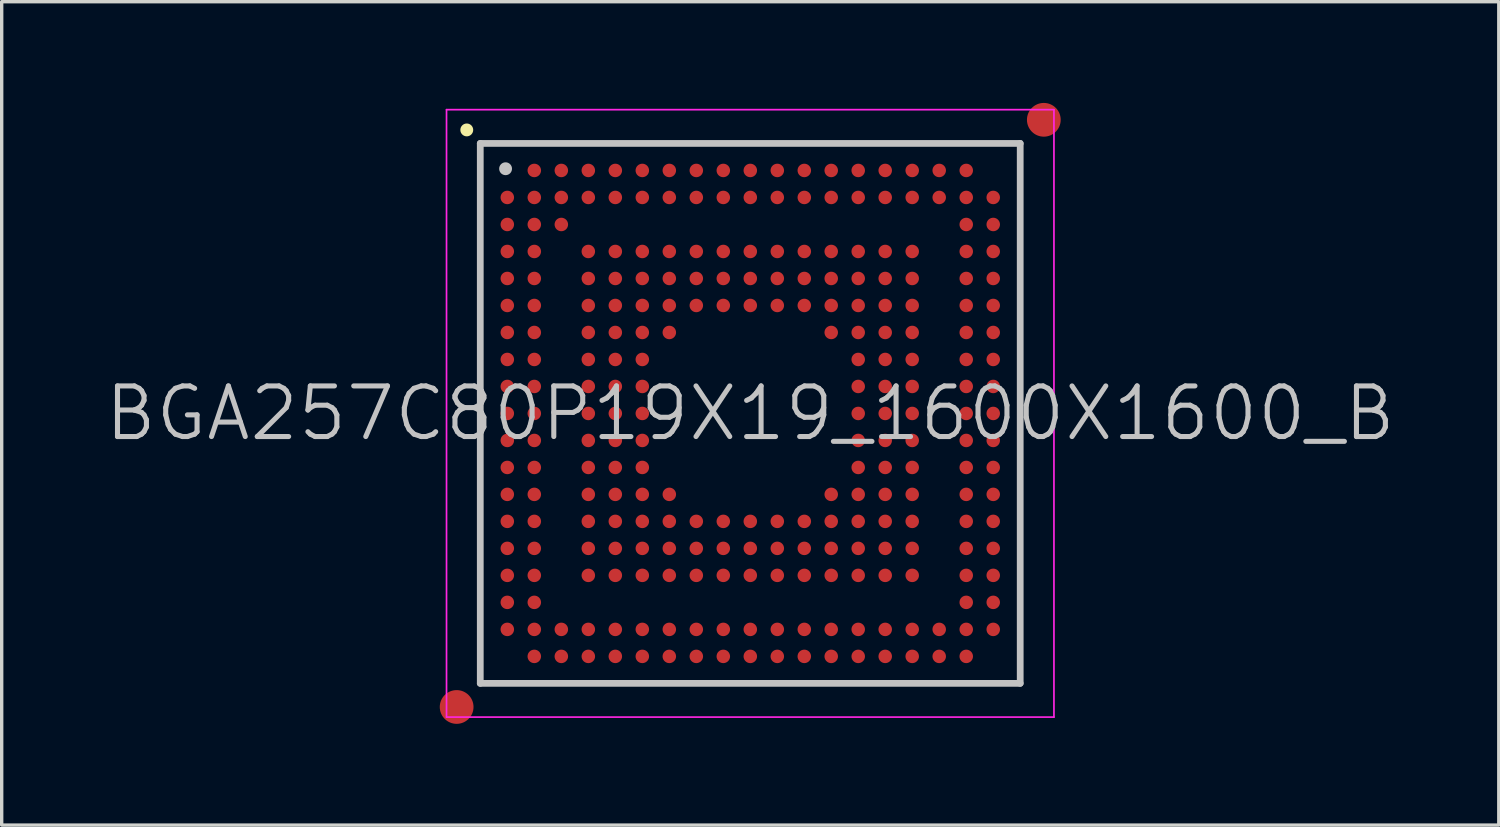
<source format=kicad_pcb>
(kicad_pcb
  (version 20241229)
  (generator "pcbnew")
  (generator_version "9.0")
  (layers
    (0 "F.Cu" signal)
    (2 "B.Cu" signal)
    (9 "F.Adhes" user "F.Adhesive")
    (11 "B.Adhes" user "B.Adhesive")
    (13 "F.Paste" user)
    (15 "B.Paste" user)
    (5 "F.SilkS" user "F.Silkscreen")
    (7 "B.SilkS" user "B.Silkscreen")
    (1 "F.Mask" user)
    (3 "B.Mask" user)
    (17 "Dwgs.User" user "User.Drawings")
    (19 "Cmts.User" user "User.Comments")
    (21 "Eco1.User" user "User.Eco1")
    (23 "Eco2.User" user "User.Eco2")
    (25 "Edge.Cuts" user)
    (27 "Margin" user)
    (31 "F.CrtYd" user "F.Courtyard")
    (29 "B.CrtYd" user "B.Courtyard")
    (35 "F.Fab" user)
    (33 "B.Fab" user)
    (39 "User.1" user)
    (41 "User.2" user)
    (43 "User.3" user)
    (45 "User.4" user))
  (footprint "BGA257C80P19X19_1600X1600_B"
    (layer "F.Cu")
    (at 19.182 9.2)
    (property "Reference" "BGA257C80P19X19_1600X1600_B" (at 0 0 0) (layer "Dwgs.User") (effects (font (size 1.5 1.5) (thickness 0.15))))
    (attr smd)
    (fp_line (start -8.4 -8.4) (end -8.4 -8.4) (stroke (width 0.381) (type solid)) (layer "F.SilkS"))
    (fp_line (start -8 -8) (end -8 8) (stroke (width 0.2) (type solid)) (layer "Dwgs.User"))
    (fp_line (start -8 -8) (end 8 -8) (stroke (width 0.2) (type solid)) (layer "Dwgs.User"))
    (fp_line (start -8 8) (end 8 8) (stroke (width 0.2) (type solid)) (layer "Dwgs.User"))
    (fp_line (start -7.25 -7.25) (end -7.25 -7.25) (stroke (width 0.381) (type solid)) (layer "Dwgs.User"))
    (fp_line (start 8 -8) (end 8 8) (stroke (width 0.2) (type solid)) (layer "Dwgs.User"))
    (fp_line (start -9 -9) (end -9 9) (stroke (width 0.05) (type solid)) (layer "F.CrtYd"))
    (fp_line (start -9 -9) (end 9 -9) (stroke (width 0.05) (type solid)) (layer "F.CrtYd"))
    (fp_line (start -9 9) (end 9 9) (stroke (width 0.05) (type solid)) (layer "F.CrtYd"))
    (fp_line (start 9 -9) (end 9 9) (stroke (width 0.05) (type solid)) (layer "F.CrtYd"))
    (pad "" smd circle (at -8.7 8.7) (size 1 1) (layers "F.Cu" "F.Mask"))
    (pad "" smd circle (at 8.7 -8.7) (size 1 1) (layers "F.Cu" "F.Mask"))
    (pad "A2" smd circle (at -6.399 -7.199) (size 0.4 0.4) (layers "F.Cu" "F.Mask" "F.Paste"))
    (pad "A3" smd circle (at -5.598 -7.199) (size 0.4 0.4) (layers "F.Cu" "F.Mask" "F.Paste"))
    (pad "A4" smd circle (at -4.798 -7.199) (size 0.4 0.4) (layers "F.Cu" "F.Mask" "F.Paste"))
    (pad "A5" smd circle (at -3.998 -7.199) (size 0.4 0.4) (layers "F.Cu" "F.Mask" "F.Paste"))
    (pad "A6" smd circle (at -3.198 -7.199) (size 0.4 0.4) (layers "F.Cu" "F.Mask" "F.Paste"))
    (pad "A7" smd circle (at -2.398 -7.199) (size 0.4 0.4) (layers "F.Cu" "F.Mask" "F.Paste"))
    (pad "A8" smd circle (at -1.598 -7.199) (size 0.4 0.4) (layers "F.Cu" "F.Mask" "F.Paste"))
    (pad "A9" smd circle (at -0.798 -7.199) (size 0.4 0.4) (layers "F.Cu" "F.Mask" "F.Paste"))
    (pad "A10" smd circle (at 0.002 -7.199) (size 0.4 0.4) (layers "F.Cu" "F.Mask" "F.Paste"))
    (pad "A11" smd circle (at 0.802 -7.199) (size 0.4 0.4) (layers "F.Cu" "F.Mask" "F.Paste"))
    (pad "A12" smd circle (at 1.602 -7.199) (size 0.4 0.4) (layers "F.Cu" "F.Mask" "F.Paste"))
    (pad "A13" smd circle (at 2.4 -7.199) (size 0.4 0.4) (layers "F.Cu" "F.Mask" "F.Paste"))
    (pad "A14" smd circle (at 3.2 -7.199) (size 0.4 0.4) (layers "F.Cu" "F.Mask" "F.Paste"))
    (pad "A15" smd circle (at 4 -7.199) (size 0.4 0.4) (layers "F.Cu" "F.Mask" "F.Paste"))
    (pad "A16" smd circle (at 4.8 -7.199) (size 0.4 0.4) (layers "F.Cu" "F.Mask" "F.Paste"))
    (pad "A17" smd circle (at 5.6 -7.199) (size 0.4 0.4) (layers "F.Cu" "F.Mask" "F.Paste"))
    (pad "A18" smd circle (at 6.401 -7.199) (size 0.4 0.4) (layers "F.Cu" "F.Mask" "F.Paste"))
    (pad "B1" smd circle (at -7.199 -6.399) (size 0.4 0.4) (layers "F.Cu" "F.Mask" "F.Paste"))
    (pad "B2" smd circle (at -6.399 -6.399) (size 0.4 0.4) (layers "F.Cu" "F.Mask" "F.Paste"))
    (pad "B3" smd circle (at -5.598 -6.399) (size 0.4 0.4) (layers "F.Cu" "F.Mask" "F.Paste"))
    (pad "B4" smd circle (at -4.798 -6.399) (size 0.4 0.4) (layers "F.Cu" "F.Mask" "F.Paste"))
    (pad "B5" smd circle (at -3.998 -6.399) (size 0.4 0.4) (layers "F.Cu" "F.Mask" "F.Paste"))
    (pad "B6" smd circle (at -3.198 -6.399) (size 0.4 0.4) (layers "F.Cu" "F.Mask" "F.Paste"))
    (pad "B7" smd circle (at -2.398 -6.399) (size 0.4 0.4) (layers "F.Cu" "F.Mask" "F.Paste"))
    (pad "B8" smd circle (at -1.598 -6.399) (size 0.4 0.4) (layers "F.Cu" "F.Mask" "F.Paste"))
    (pad "B9" smd circle (at -0.798 -6.399) (size 0.4 0.4) (layers "F.Cu" "F.Mask" "F.Paste"))
    (pad "B10" smd circle (at 0.002 -6.399) (size 0.4 0.4) (layers "F.Cu" "F.Mask" "F.Paste"))
    (pad "B11" smd circle (at 0.802 -6.399) (size 0.4 0.4) (layers "F.Cu" "F.Mask" "F.Paste"))
    (pad "B12" smd circle (at 1.602 -6.399) (size 0.4 0.4) (layers "F.Cu" "F.Mask" "F.Paste"))
    (pad "B13" smd circle (at 2.4 -6.399) (size 0.4 0.4) (layers "F.Cu" "F.Mask" "F.Paste"))
    (pad "B14" smd circle (at 3.2 -6.399) (size 0.4 0.4) (layers "F.Cu" "F.Mask" "F.Paste"))
    (pad "B15" smd circle (at 4 -6.399) (size 0.4 0.4) (layers "F.Cu" "F.Mask" "F.Paste"))
    (pad "B16" smd circle (at 4.8 -6.399) (size 0.4 0.4) (layers "F.Cu" "F.Mask" "F.Paste"))
    (pad "B17" smd circle (at 5.6 -6.399) (size 0.4 0.4) (layers "F.Cu" "F.Mask" "F.Paste"))
    (pad "B18" smd circle (at 6.401 -6.399) (size 0.4 0.4) (layers "F.Cu" "F.Mask" "F.Paste"))
    (pad "B19" smd circle (at 7.201 -6.399) (size 0.4 0.4) (layers "F.Cu" "F.Mask" "F.Paste"))
    (pad "C1" smd circle (at -7.199 -5.598) (size 0.4 0.4) (layers "F.Cu" "F.Mask" "F.Paste"))
    (pad "C2" smd circle (at -6.399 -5.598) (size 0.4 0.4) (layers "F.Cu" "F.Mask" "F.Paste"))
    (pad "C3" smd circle (at -5.598 -5.598) (size 0.4 0.4) (layers "F.Cu" "F.Mask" "F.Paste"))
    (pad "C18" smd circle (at 6.401 -5.598) (size 0.4 0.4) (layers "F.Cu" "F.Mask" "F.Paste"))
    (pad "C19" smd circle (at 7.201 -5.598) (size 0.4 0.4) (layers "F.Cu" "F.Mask" "F.Paste"))
    (pad "D1" smd circle (at -7.199 -4.798) (size 0.4 0.4) (layers "F.Cu" "F.Mask" "F.Paste"))
    (pad "D2" smd circle (at -6.399 -4.798) (size 0.4 0.4) (layers "F.Cu" "F.Mask" "F.Paste"))
    (pad "D4" smd circle (at -4.798 -4.798) (size 0.4 0.4) (layers "F.Cu" "F.Mask" "F.Paste"))
    (pad "D5" smd circle (at -3.998 -4.798) (size 0.4 0.4) (layers "F.Cu" "F.Mask" "F.Paste"))
    (pad "D6" smd circle (at -3.198 -4.798) (size 0.4 0.4) (layers "F.Cu" "F.Mask" "F.Paste"))
    (pad "D7" smd circle (at -2.398 -4.798) (size 0.4 0.4) (layers "F.Cu" "F.Mask" "F.Paste"))
    (pad "D8" smd circle (at -1.598 -4.798) (size 0.4 0.4) (layers "F.Cu" "F.Mask" "F.Paste"))
    (pad "D9" smd circle (at -0.798 -4.798) (size 0.4 0.4) (layers "F.Cu" "F.Mask" "F.Paste"))
    (pad "D10" smd circle (at 0.002 -4.798) (size 0.4 0.4) (layers "F.Cu" "F.Mask" "F.Paste"))
    (pad "D11" smd circle (at 0.802 -4.798) (size 0.4 0.4) (layers "F.Cu" "F.Mask" "F.Paste"))
    (pad "D12" smd circle (at 1.602 -4.798) (size 0.4 0.4) (layers "F.Cu" "F.Mask" "F.Paste"))
    (pad "D13" smd circle (at 2.4 -4.798) (size 0.4 0.4) (layers "F.Cu" "F.Mask" "F.Paste"))
    (pad "D14" smd circle (at 3.2 -4.798) (size 0.4 0.4) (layers "F.Cu" "F.Mask" "F.Paste"))
    (pad "D15" smd circle (at 4 -4.798) (size 0.4 0.4) (layers "F.Cu" "F.Mask" "F.Paste"))
    (pad "D16" smd circle (at 4.8 -4.798) (size 0.4 0.4) (layers "F.Cu" "F.Mask" "F.Paste"))
    (pad "D18" smd circle (at 6.401 -4.798) (size 0.4 0.4) (layers "F.Cu" "F.Mask" "F.Paste"))
    (pad "D19" smd circle (at 7.201 -4.798) (size 0.4 0.4) (layers "F.Cu" "F.Mask" "F.Paste"))
    (pad "E1" smd circle (at -7.199 -3.998) (size 0.4 0.4) (layers "F.Cu" "F.Mask" "F.Paste"))
    (pad "E2" smd circle (at -6.399 -3.998) (size 0.4 0.4) (layers "F.Cu" "F.Mask" "F.Paste"))
    (pad "E4" smd circle (at -4.798 -3.998) (size 0.4 0.4) (layers "F.Cu" "F.Mask" "F.Paste"))
    (pad "E5" smd circle (at -3.998 -3.998) (size 0.4 0.4) (layers "F.Cu" "F.Mask" "F.Paste"))
    (pad "E6" smd circle (at -3.198 -3.998) (size 0.4 0.4) (layers "F.Cu" "F.Mask" "F.Paste"))
    (pad "E7" smd circle (at -2.398 -3.998) (size 0.4 0.4) (layers "F.Cu" "F.Mask" "F.Paste"))
    (pad "E8" smd circle (at -1.598 -3.998) (size 0.4 0.4) (layers "F.Cu" "F.Mask" "F.Paste"))
    (pad "E9" smd circle (at -0.798 -3.998) (size 0.4 0.4) (layers "F.Cu" "F.Mask" "F.Paste"))
    (pad "E10" smd circle (at 0.002 -3.998) (size 0.4 0.4) (layers "F.Cu" "F.Mask" "F.Paste"))
    (pad "E11" smd circle (at 0.802 -3.998) (size 0.4 0.4) (layers "F.Cu" "F.Mask" "F.Paste"))
    (pad "E12" smd circle (at 1.602 -3.998) (size 0.4 0.4) (layers "F.Cu" "F.Mask" "F.Paste"))
    (pad "E13" smd circle (at 2.4 -3.998) (size 0.4 0.4) (layers "F.Cu" "F.Mask" "F.Paste"))
    (pad "E14" smd circle (at 3.2 -3.998) (size 0.4 0.4) (layers "F.Cu" "F.Mask" "F.Paste"))
    (pad "E15" smd circle (at 4 -3.998) (size 0.4 0.4) (layers "F.Cu" "F.Mask" "F.Paste"))
    (pad "E16" smd circle (at 4.8 -3.998) (size 0.4 0.4) (layers "F.Cu" "F.Mask" "F.Paste"))
    (pad "E18" smd circle (at 6.401 -3.998) (size 0.4 0.4) (layers "F.Cu" "F.Mask" "F.Paste"))
    (pad "E19" smd circle (at 7.201 -3.998) (size 0.4 0.4) (layers "F.Cu" "F.Mask" "F.Paste"))
    (pad "F1" smd circle (at -7.199 -3.198) (size 0.4 0.4) (layers "F.Cu" "F.Mask" "F.Paste"))
    (pad "F2" smd circle (at -6.399 -3.198) (size 0.4 0.4) (layers "F.Cu" "F.Mask" "F.Paste"))
    (pad "F4" smd circle (at -4.798 -3.198) (size 0.4 0.4) (layers "F.Cu" "F.Mask" "F.Paste"))
    (pad "F5" smd circle (at -3.998 -3.198) (size 0.4 0.4) (layers "F.Cu" "F.Mask" "F.Paste"))
    (pad "F6" smd circle (at -3.198 -3.198) (size 0.4 0.4) (layers "F.Cu" "F.Mask" "F.Paste"))
    (pad "F7" smd circle (at -2.398 -3.198) (size 0.4 0.4) (layers "F.Cu" "F.Mask" "F.Paste"))
    (pad "F8" smd circle (at -1.598 -3.198) (size 0.4 0.4) (layers "F.Cu" "F.Mask" "F.Paste"))
    (pad "F9" smd circle (at -0.798 -3.198) (size 0.4 0.4) (layers "F.Cu" "F.Mask" "F.Paste"))
    (pad "F10" smd circle (at 0.002 -3.198) (size 0.4 0.4) (layers "F.Cu" "F.Mask" "F.Paste"))
    (pad "F11" smd circle (at 0.802 -3.198) (size 0.4 0.4) (layers "F.Cu" "F.Mask" "F.Paste"))
    (pad "F12" smd circle (at 1.602 -3.198) (size 0.4 0.4) (layers "F.Cu" "F.Mask" "F.Paste"))
    (pad "F13" smd circle (at 2.4 -3.198) (size 0.4 0.4) (layers "F.Cu" "F.Mask" "F.Paste"))
    (pad "F14" smd circle (at 3.2 -3.198) (size 0.4 0.4) (layers "F.Cu" "F.Mask" "F.Paste"))
    (pad "F15" smd circle (at 4 -3.198) (size 0.4 0.4) (layers "F.Cu" "F.Mask" "F.Paste"))
    (pad "F16" smd circle (at 4.8 -3.198) (size 0.4 0.4) (layers "F.Cu" "F.Mask" "F.Paste"))
    (pad "F18" smd circle (at 6.401 -3.198) (size 0.4 0.4) (layers "F.Cu" "F.Mask" "F.Paste"))
    (pad "F19" smd circle (at 7.201 -3.198) (size 0.4 0.4) (layers "F.Cu" "F.Mask" "F.Paste"))
    (pad "G1" smd circle (at -7.199 -2.398) (size 0.4 0.4) (layers "F.Cu" "F.Mask" "F.Paste"))
    (pad "G2" smd circle (at -6.399 -2.398) (size 0.4 0.4) (layers "F.Cu" "F.Mask" "F.Paste"))
    (pad "G4" smd circle (at -4.798 -2.398) (size 0.4 0.4) (layers "F.Cu" "F.Mask" "F.Paste"))
    (pad "G5" smd circle (at -3.998 -2.398) (size 0.4 0.4) (layers "F.Cu" "F.Mask" "F.Paste"))
    (pad "G6" smd circle (at -3.198 -2.398) (size 0.4 0.4) (layers "F.Cu" "F.Mask" "F.Paste"))
    (pad "G7" smd circle (at -2.398 -2.398) (size 0.4 0.4) (layers "F.Cu" "F.Mask" "F.Paste"))
    (pad "G13" smd circle (at 2.4 -2.398) (size 0.4 0.4) (layers "F.Cu" "F.Mask" "F.Paste"))
    (pad "G14" smd circle (at 3.2 -2.398) (size 0.4 0.4) (layers "F.Cu" "F.Mask" "F.Paste"))
    (pad "G15" smd circle (at 4 -2.398) (size 0.4 0.4) (layers "F.Cu" "F.Mask" "F.Paste"))
    (pad "G16" smd circle (at 4.8 -2.398) (size 0.4 0.4) (layers "F.Cu" "F.Mask" "F.Paste"))
    (pad "G18" smd circle (at 6.401 -2.398) (size 0.4 0.4) (layers "F.Cu" "F.Mask" "F.Paste"))
    (pad "G19" smd circle (at 7.201 -2.398) (size 0.4 0.4) (layers "F.Cu" "F.Mask" "F.Paste"))
    (pad "H1" smd circle (at -7.199 -1.598) (size 0.4 0.4) (layers "F.Cu" "F.Mask" "F.Paste"))
    (pad "H2" smd circle (at -6.399 -1.598) (size 0.4 0.4) (layers "F.Cu" "F.Mask" "F.Paste"))
    (pad "H4" smd circle (at -4.798 -1.598) (size 0.4 0.4) (layers "F.Cu" "F.Mask" "F.Paste"))
    (pad "H5" smd circle (at -3.998 -1.598) (size 0.4 0.4) (layers "F.Cu" "F.Mask" "F.Paste"))
    (pad "H6" smd circle (at -3.198 -1.598) (size 0.4 0.4) (layers "F.Cu" "F.Mask" "F.Paste"))
    (pad "H14" smd circle (at 3.2 -1.598) (size 0.4 0.4) (layers "F.Cu" "F.Mask" "F.Paste"))
    (pad "H15" smd circle (at 4 -1.598) (size 0.4 0.4) (layers "F.Cu" "F.Mask" "F.Paste"))
    (pad "H16" smd circle (at 4.8 -1.598) (size 0.4 0.4) (layers "F.Cu" "F.Mask" "F.Paste"))
    (pad "H18" smd circle (at 6.401 -1.598) (size 0.4 0.4) (layers "F.Cu" "F.Mask" "F.Paste"))
    (pad "H19" smd circle (at 7.201 -1.598) (size 0.4 0.4) (layers "F.Cu" "F.Mask" "F.Paste"))
    (pad "J1" smd circle (at -7.199 -0.798) (size 0.4 0.4) (layers "F.Cu" "F.Mask" "F.Paste"))
    (pad "J2" smd circle (at -6.399 -0.798) (size 0.4 0.4) (layers "F.Cu" "F.Mask" "F.Paste"))
    (pad "J4" smd circle (at -4.798 -0.798) (size 0.4 0.4) (layers "F.Cu" "F.Mask" "F.Paste"))
    (pad "J5" smd circle (at -3.998 -0.798) (size 0.4 0.4) (layers "F.Cu" "F.Mask" "F.Paste"))
    (pad "J6" smd circle (at -3.198 -0.798) (size 0.4 0.4) (layers "F.Cu" "F.Mask" "F.Paste"))
    (pad "J14" smd circle (at 3.2 -0.798) (size 0.4 0.4) (layers "F.Cu" "F.Mask" "F.Paste"))
    (pad "J15" smd circle (at 4 -0.798) (size 0.4 0.4) (layers "F.Cu" "F.Mask" "F.Paste"))
    (pad "J16" smd circle (at 4.8 -0.798) (size 0.4 0.4) (layers "F.Cu" "F.Mask" "F.Paste"))
    (pad "J18" smd circle (at 6.401 -0.798) (size 0.4 0.4) (layers "F.Cu" "F.Mask" "F.Paste"))
    (pad "J19" smd circle (at 7.201 -0.798) (size 0.4 0.4) (layers "F.Cu" "F.Mask" "F.Paste"))
    (pad "K1" smd circle (at -7.199 0.002) (size 0.4 0.4) (layers "F.Cu" "F.Mask" "F.Paste"))
    (pad "K2" smd circle (at -6.399 0.002) (size 0.4 0.4) (layers "F.Cu" "F.Mask" "F.Paste"))
    (pad "K4" smd circle (at -4.798 0.002) (size 0.4 0.4) (layers "F.Cu" "F.Mask" "F.Paste"))
    (pad "K5" smd circle (at -3.998 0.002) (size 0.4 0.4) (layers "F.Cu" "F.Mask" "F.Paste"))
    (pad "K6" smd circle (at -3.198 0.002) (size 0.4 0.4) (layers "F.Cu" "F.Mask" "F.Paste"))
    (pad "K14" smd circle (at 3.2 0.002) (size 0.4 0.4) (layers "F.Cu" "F.Mask" "F.Paste"))
    (pad "K15" smd circle (at 4 0.002) (size 0.4 0.4) (layers "F.Cu" "F.Mask" "F.Paste"))
    (pad "K16" smd circle (at 4.8 0.002) (size 0.4 0.4) (layers "F.Cu" "F.Mask" "F.Paste"))
    (pad "K18" smd circle (at 6.401 0.002) (size 0.4 0.4) (layers "F.Cu" "F.Mask" "F.Paste"))
    (pad "K19" smd circle (at 7.201 0.002) (size 0.4 0.4) (layers "F.Cu" "F.Mask" "F.Paste"))
    (pad "L1" smd circle (at -7.199 0.802) (size 0.4 0.4) (layers "F.Cu" "F.Mask" "F.Paste"))
    (pad "L2" smd circle (at -6.399 0.802) (size 0.4 0.4) (layers "F.Cu" "F.Mask" "F.Paste"))
    (pad "L4" smd circle (at -4.798 0.802) (size 0.4 0.4) (layers "F.Cu" "F.Mask" "F.Paste"))
    (pad "L5" smd circle (at -3.998 0.802) (size 0.4 0.4) (layers "F.Cu" "F.Mask" "F.Paste"))
    (pad "L6" smd circle (at -3.198 0.802) (size 0.4 0.4) (layers "F.Cu" "F.Mask" "F.Paste"))
    (pad "L14" smd circle (at 3.2 0.802) (size 0.4 0.4) (layers "F.Cu" "F.Mask" "F.Paste"))
    (pad "L15" smd circle (at 4 0.802) (size 0.4 0.4) (layers "F.Cu" "F.Mask" "F.Paste"))
    (pad "L16" smd circle (at 4.8 0.802) (size 0.4 0.4) (layers "F.Cu" "F.Mask" "F.Paste"))
    (pad "L18" smd circle (at 6.401 0.802) (size 0.4 0.4) (layers "F.Cu" "F.Mask" "F.Paste"))
    (pad "L19" smd circle (at 7.201 0.802) (size 0.4 0.4) (layers "F.Cu" "F.Mask" "F.Paste"))
    (pad "M1" smd circle (at -7.199 1.602) (size 0.4 0.4) (layers "F.Cu" "F.Mask" "F.Paste"))
    (pad "M2" smd circle (at -6.399 1.602) (size 0.4 0.4) (layers "F.Cu" "F.Mask" "F.Paste"))
    (pad "M4" smd circle (at -4.798 1.602) (size 0.4 0.4) (layers "F.Cu" "F.Mask" "F.Paste"))
    (pad "M5" smd circle (at -3.998 1.602) (size 0.4 0.4) (layers "F.Cu" "F.Mask" "F.Paste"))
    (pad "M6" smd circle (at -3.198 1.602) (size 0.4 0.4) (layers "F.Cu" "F.Mask" "F.Paste"))
    (pad "M14" smd circle (at 3.2 1.602) (size 0.4 0.4) (layers "F.Cu" "F.Mask" "F.Paste"))
    (pad "M15" smd circle (at 4 1.602) (size 0.4 0.4) (layers "F.Cu" "F.Mask" "F.Paste"))
    (pad "M16" smd circle (at 4.8 1.602) (size 0.4 0.4) (layers "F.Cu" "F.Mask" "F.Paste"))
    (pad "M18" smd circle (at 6.401 1.602) (size 0.4 0.4) (layers "F.Cu" "F.Mask" "F.Paste"))
    (pad "M19" smd circle (at 7.201 1.602) (size 0.4 0.4) (layers "F.Cu" "F.Mask" "F.Paste"))
    (pad "N1" smd circle (at -7.199 2.4) (size 0.4 0.4) (layers "F.Cu" "F.Mask" "F.Paste"))
    (pad "N2" smd circle (at -6.399 2.4) (size 0.4 0.4) (layers "F.Cu" "F.Mask" "F.Paste"))
    (pad "N4" smd circle (at -4.798 2.4) (size 0.4 0.4) (layers "F.Cu" "F.Mask" "F.Paste"))
    (pad "N5" smd circle (at -3.998 2.4) (size 0.4 0.4) (layers "F.Cu" "F.Mask" "F.Paste"))
    (pad "N6" smd circle (at -3.198 2.4) (size 0.4 0.4) (layers "F.Cu" "F.Mask" "F.Paste"))
    (pad "N7" smd circle (at -2.398 2.4) (size 0.4 0.4) (layers "F.Cu" "F.Mask" "F.Paste"))
    (pad "N13" smd circle (at 2.4 2.4) (size 0.4 0.4) (layers "F.Cu" "F.Mask" "F.Paste"))
    (pad "N14" smd circle (at 3.2 2.4) (size 0.4 0.4) (layers "F.Cu" "F.Mask" "F.Paste"))
    (pad "N15" smd circle (at 4 2.4) (size 0.4 0.4) (layers "F.Cu" "F.Mask" "F.Paste"))
    (pad "N16" smd circle (at 4.8 2.4) (size 0.4 0.4) (layers "F.Cu" "F.Mask" "F.Paste"))
    (pad "N18" smd circle (at 6.401 2.4) (size 0.4 0.4) (layers "F.Cu" "F.Mask" "F.Paste"))
    (pad "N19" smd circle (at 7.201 2.4) (size 0.4 0.4) (layers "F.Cu" "F.Mask" "F.Paste"))
    (pad "P1" smd circle (at -7.199 3.2) (size 0.4 0.4) (layers "F.Cu" "F.Mask" "F.Paste"))
    (pad "P2" smd circle (at -6.399 3.2) (size 0.4 0.4) (layers "F.Cu" "F.Mask" "F.Paste"))
    (pad "P4" smd circle (at -4.798 3.2) (size 0.4 0.4) (layers "F.Cu" "F.Mask" "F.Paste"))
    (pad "P5" smd circle (at -3.998 3.2) (size 0.4 0.4) (layers "F.Cu" "F.Mask" "F.Paste"))
    (pad "P6" smd circle (at -3.198 3.2) (size 0.4 0.4) (layers "F.Cu" "F.Mask" "F.Paste"))
    (pad "P7" smd circle (at -2.398 3.2) (size 0.4 0.4) (layers "F.Cu" "F.Mask" "F.Paste"))
    (pad "P8" smd circle (at -1.598 3.2) (size 0.4 0.4) (layers "F.Cu" "F.Mask" "F.Paste"))
    (pad "P9" smd circle (at -0.798 3.2) (size 0.4 0.4) (layers "F.Cu" "F.Mask" "F.Paste"))
    (pad "P10" smd circle (at 0.002 3.2) (size 0.4 0.4) (layers "F.Cu" "F.Mask" "F.Paste"))
    (pad "P11" smd circle (at 0.802 3.2) (size 0.4 0.4) (layers "F.Cu" "F.Mask" "F.Paste"))
    (pad "P12" smd circle (at 1.602 3.2) (size 0.4 0.4) (layers "F.Cu" "F.Mask" "F.Paste"))
    (pad "P13" smd circle (at 2.4 3.2) (size 0.4 0.4) (layers "F.Cu" "F.Mask" "F.Paste"))
    (pad "P14" smd circle (at 3.2 3.2) (size 0.4 0.4) (layers "F.Cu" "F.Mask" "F.Paste"))
    (pad "P15" smd circle (at 4 3.2) (size 0.4 0.4) (layers "F.Cu" "F.Mask" "F.Paste"))
    (pad "P16" smd circle (at 4.8 3.2) (size 0.4 0.4) (layers "F.Cu" "F.Mask" "F.Paste"))
    (pad "P18" smd circle (at 6.401 3.2) (size 0.4 0.4) (layers "F.Cu" "F.Mask" "F.Paste"))
    (pad "P19" smd circle (at 7.201 3.2) (size 0.4 0.4) (layers "F.Cu" "F.Mask" "F.Paste"))
    (pad "R1" smd circle (at -7.199 4) (size 0.4 0.4) (layers "F.Cu" "F.Mask" "F.Paste"))
    (pad "R2" smd circle (at -6.399 4) (size 0.4 0.4) (layers "F.Cu" "F.Mask" "F.Paste"))
    (pad "R4" smd circle (at -4.798 4) (size 0.4 0.4) (layers "F.Cu" "F.Mask" "F.Paste"))
    (pad "R5" smd circle (at -3.998 4) (size 0.4 0.4) (layers "F.Cu" "F.Mask" "F.Paste"))
    (pad "R6" smd circle (at -3.198 4) (size 0.4 0.4) (layers "F.Cu" "F.Mask" "F.Paste"))
    (pad "R7" smd circle (at -2.398 4) (size 0.4 0.4) (layers "F.Cu" "F.Mask" "F.Paste"))
    (pad "R8" smd circle (at -1.598 4) (size 0.4 0.4) (layers "F.Cu" "F.Mask" "F.Paste"))
    (pad "R9" smd circle (at -0.798 4) (size 0.4 0.4) (layers "F.Cu" "F.Mask" "F.Paste"))
    (pad "R10" smd circle (at 0.002 4) (size 0.4 0.4) (layers "F.Cu" "F.Mask" "F.Paste"))
    (pad "R11" smd circle (at 0.802 4) (size 0.4 0.4) (layers "F.Cu" "F.Mask" "F.Paste"))
    (pad "R12" smd circle (at 1.602 4) (size 0.4 0.4) (layers "F.Cu" "F.Mask" "F.Paste"))
    (pad "R13" smd circle (at 2.4 4) (size 0.4 0.4) (layers "F.Cu" "F.Mask" "F.Paste"))
    (pad "R14" smd circle (at 3.2 4) (size 0.4 0.4) (layers "F.Cu" "F.Mask" "F.Paste"))
    (pad "R15" smd circle (at 4 4) (size 0.4 0.4) (layers "F.Cu" "F.Mask" "F.Paste"))
    (pad "R16" smd circle (at 4.8 4) (size 0.4 0.4) (layers "F.Cu" "F.Mask" "F.Paste"))
    (pad "R18" smd circle (at 6.401 4) (size 0.4 0.4) (layers "F.Cu" "F.Mask" "F.Paste"))
    (pad "R19" smd circle (at 7.201 4) (size 0.4 0.4) (layers "F.Cu" "F.Mask" "F.Paste"))
    (pad "T1" smd circle (at -7.199 4.8) (size 0.4 0.4) (layers "F.Cu" "F.Mask" "F.Paste"))
    (pad "T2" smd circle (at -6.399 4.8) (size 0.4 0.4) (layers "F.Cu" "F.Mask" "F.Paste"))
    (pad "T4" smd circle (at -4.798 4.8) (size 0.4 0.4) (layers "F.Cu" "F.Mask" "F.Paste"))
    (pad "T5" smd circle (at -3.998 4.8) (size 0.4 0.4) (layers "F.Cu" "F.Mask" "F.Paste"))
    (pad "T6" smd circle (at -3.198 4.8) (size 0.4 0.4) (layers "F.Cu" "F.Mask" "F.Paste"))
    (pad "T7" smd circle (at -2.398 4.8) (size 0.4 0.4) (layers "F.Cu" "F.Mask" "F.Paste"))
    (pad "T8" smd circle (at -1.598 4.8) (size 0.4 0.4) (layers "F.Cu" "F.Mask" "F.Paste"))
    (pad "T9" smd circle (at -0.798 4.8) (size 0.4 0.4) (layers "F.Cu" "F.Mask" "F.Paste"))
    (pad "T10" smd circle (at 0.002 4.8) (size 0.4 0.4) (layers "F.Cu" "F.Mask" "F.Paste"))
    (pad "T11" smd circle (at 0.802 4.8) (size 0.4 0.4) (layers "F.Cu" "F.Mask" "F.Paste"))
    (pad "T12" smd circle (at 1.602 4.8) (size 0.4 0.4) (layers "F.Cu" "F.Mask" "F.Paste"))
    (pad "T13" smd circle (at 2.4 4.8) (size 0.4 0.4) (layers "F.Cu" "F.Mask" "F.Paste"))
    (pad "T14" smd circle (at 3.2 4.8) (size 0.4 0.4) (layers "F.Cu" "F.Mask" "F.Paste"))
    (pad "T15" smd circle (at 4 4.8) (size 0.4 0.4) (layers "F.Cu" "F.Mask" "F.Paste"))
    (pad "T16" smd circle (at 4.8 4.8) (size 0.4 0.4) (layers "F.Cu" "F.Mask" "F.Paste"))
    (pad "T18" smd circle (at 6.401 4.8) (size 0.4 0.4) (layers "F.Cu" "F.Mask" "F.Paste"))
    (pad "T19" smd circle (at 7.201 4.8) (size 0.4 0.4) (layers "F.Cu" "F.Mask" "F.Paste"))
    (pad "U1" smd circle (at -7.199 5.6) (size 0.4 0.4) (layers "F.Cu" "F.Mask" "F.Paste"))
    (pad "U2" smd circle (at -6.399 5.6) (size 0.4 0.4) (layers "F.Cu" "F.Mask" "F.Paste"))
    (pad "U18" smd circle (at 6.401 5.6) (size 0.4 0.4) (layers "F.Cu" "F.Mask" "F.Paste"))
    (pad "U19" smd circle (at 7.201 5.6) (size 0.4 0.4) (layers "F.Cu" "F.Mask" "F.Paste"))
    (pad "V1" smd circle (at -7.199 6.401) (size 0.4 0.4) (layers "F.Cu" "F.Mask" "F.Paste"))
    (pad "V2" smd circle (at -6.399 6.401) (size 0.4 0.4) (layers "F.Cu" "F.Mask" "F.Paste"))
    (pad "V3" smd circle (at -5.598 6.401) (size 0.4 0.4) (layers "F.Cu" "F.Mask" "F.Paste"))
    (pad "V4" smd circle (at -4.798 6.401) (size 0.4 0.4) (layers "F.Cu" "F.Mask" "F.Paste"))
    (pad "V5" smd circle (at -3.998 6.401) (size 0.4 0.4) (layers "F.Cu" "F.Mask" "F.Paste"))
    (pad "V6" smd circle (at -3.198 6.401) (size 0.4 0.4) (layers "F.Cu" "F.Mask" "F.Paste"))
    (pad "V7" smd circle (at -2.398 6.401) (size 0.4 0.4) (layers "F.Cu" "F.Mask" "F.Paste"))
    (pad "V8" smd circle (at -1.598 6.401) (size 0.4 0.4) (layers "F.Cu" "F.Mask" "F.Paste"))
    (pad "V9" smd circle (at -0.798 6.401) (size 0.4 0.4) (layers "F.Cu" "F.Mask" "F.Paste"))
    (pad "V10" smd circle (at 0.002 6.401) (size 0.4 0.4) (layers "F.Cu" "F.Mask" "F.Paste"))
    (pad "V11" smd circle (at 0.802 6.401) (size 0.4 0.4) (layers "F.Cu" "F.Mask" "F.Paste"))
    (pad "V12" smd circle (at 1.602 6.401) (size 0.4 0.4) (layers "F.Cu" "F.Mask" "F.Paste"))
    (pad "V13" smd circle (at 2.4 6.401) (size 0.4 0.4) (layers "F.Cu" "F.Mask" "F.Paste"))
    (pad "V14" smd circle (at 3.2 6.401) (size 0.4 0.4) (layers "F.Cu" "F.Mask" "F.Paste"))
    (pad "V15" smd circle (at 4 6.401) (size 0.4 0.4) (layers "F.Cu" "F.Mask" "F.Paste"))
    (pad "V16" smd circle (at 4.8 6.401) (size 0.4 0.4) (layers "F.Cu" "F.Mask" "F.Paste"))
    (pad "V17" smd circle (at 5.6 6.401) (size 0.4 0.4) (layers "F.Cu" "F.Mask" "F.Paste"))
    (pad "V18" smd circle (at 6.401 6.401) (size 0.4 0.4) (layers "F.Cu" "F.Mask" "F.Paste"))
    (pad "V19" smd circle (at 7.201 6.401) (size 0.4 0.4) (layers "F.Cu" "F.Mask" "F.Paste"))
    (pad "W2" smd circle (at -6.399 7.201) (size 0.4 0.4) (layers "F.Cu" "F.Mask" "F.Paste"))
    (pad "W3" smd circle (at -5.598 7.201) (size 0.4 0.4) (layers "F.Cu" "F.Mask" "F.Paste"))
    (pad "W4" smd circle (at -4.798 7.201) (size 0.4 0.4) (layers "F.Cu" "F.Mask" "F.Paste"))
    (pad "W5" smd circle (at -3.998 7.201) (size 0.4 0.4) (layers "F.Cu" "F.Mask" "F.Paste"))
    (pad "W6" smd circle (at -3.198 7.201) (size 0.4 0.4) (layers "F.Cu" "F.Mask" "F.Paste"))
    (pad "W7" smd circle (at -2.398 7.201) (size 0.4 0.4) (layers "F.Cu" "F.Mask" "F.Paste"))
    (pad "W8" smd circle (at -1.598 7.201) (size 0.4 0.4) (layers "F.Cu" "F.Mask" "F.Paste"))
    (pad "W9" smd circle (at -0.798 7.201) (size 0.4 0.4) (layers "F.Cu" "F.Mask" "F.Paste"))
    (pad "W10" smd circle (at 0.002 7.201) (size 0.4 0.4) (layers "F.Cu" "F.Mask" "F.Paste"))
    (pad "W11" smd circle (at 0.802 7.201) (size 0.4 0.4) (layers "F.Cu" "F.Mask" "F.Paste"))
    (pad "W12" smd circle (at 1.602 7.201) (size 0.4 0.4) (layers "F.Cu" "F.Mask" "F.Paste"))
    (pad "W13" smd circle (at 2.4 7.201) (size 0.4 0.4) (layers "F.Cu" "F.Mask" "F.Paste"))
    (pad "W14" smd circle (at 3.2 7.201) (size 0.4 0.4) (layers "F.Cu" "F.Mask" "F.Paste"))
    (pad "W15" smd circle (at 4 7.201) (size 0.4 0.4) (layers "F.Cu" "F.Mask" "F.Paste"))
    (pad "W16" smd circle (at 4.8 7.201) (size 0.4 0.4) (layers "F.Cu" "F.Mask" "F.Paste"))
    (pad "W17" smd circle (at 5.6 7.201) (size 0.4 0.4) (layers "F.Cu" "F.Mask" "F.Paste"))
    (pad "W18" smd circle (at 6.401 7.201) (size 0.4 0.4) (layers "F.Cu" "F.Mask" "F.Paste")))
  (gr_rect
    (start -3 -3)
    (end 41.364 21.4)
    (stroke (width 0.1) (type default))
    (fill no)
    (layer "Edge.Cuts")))
</source>
